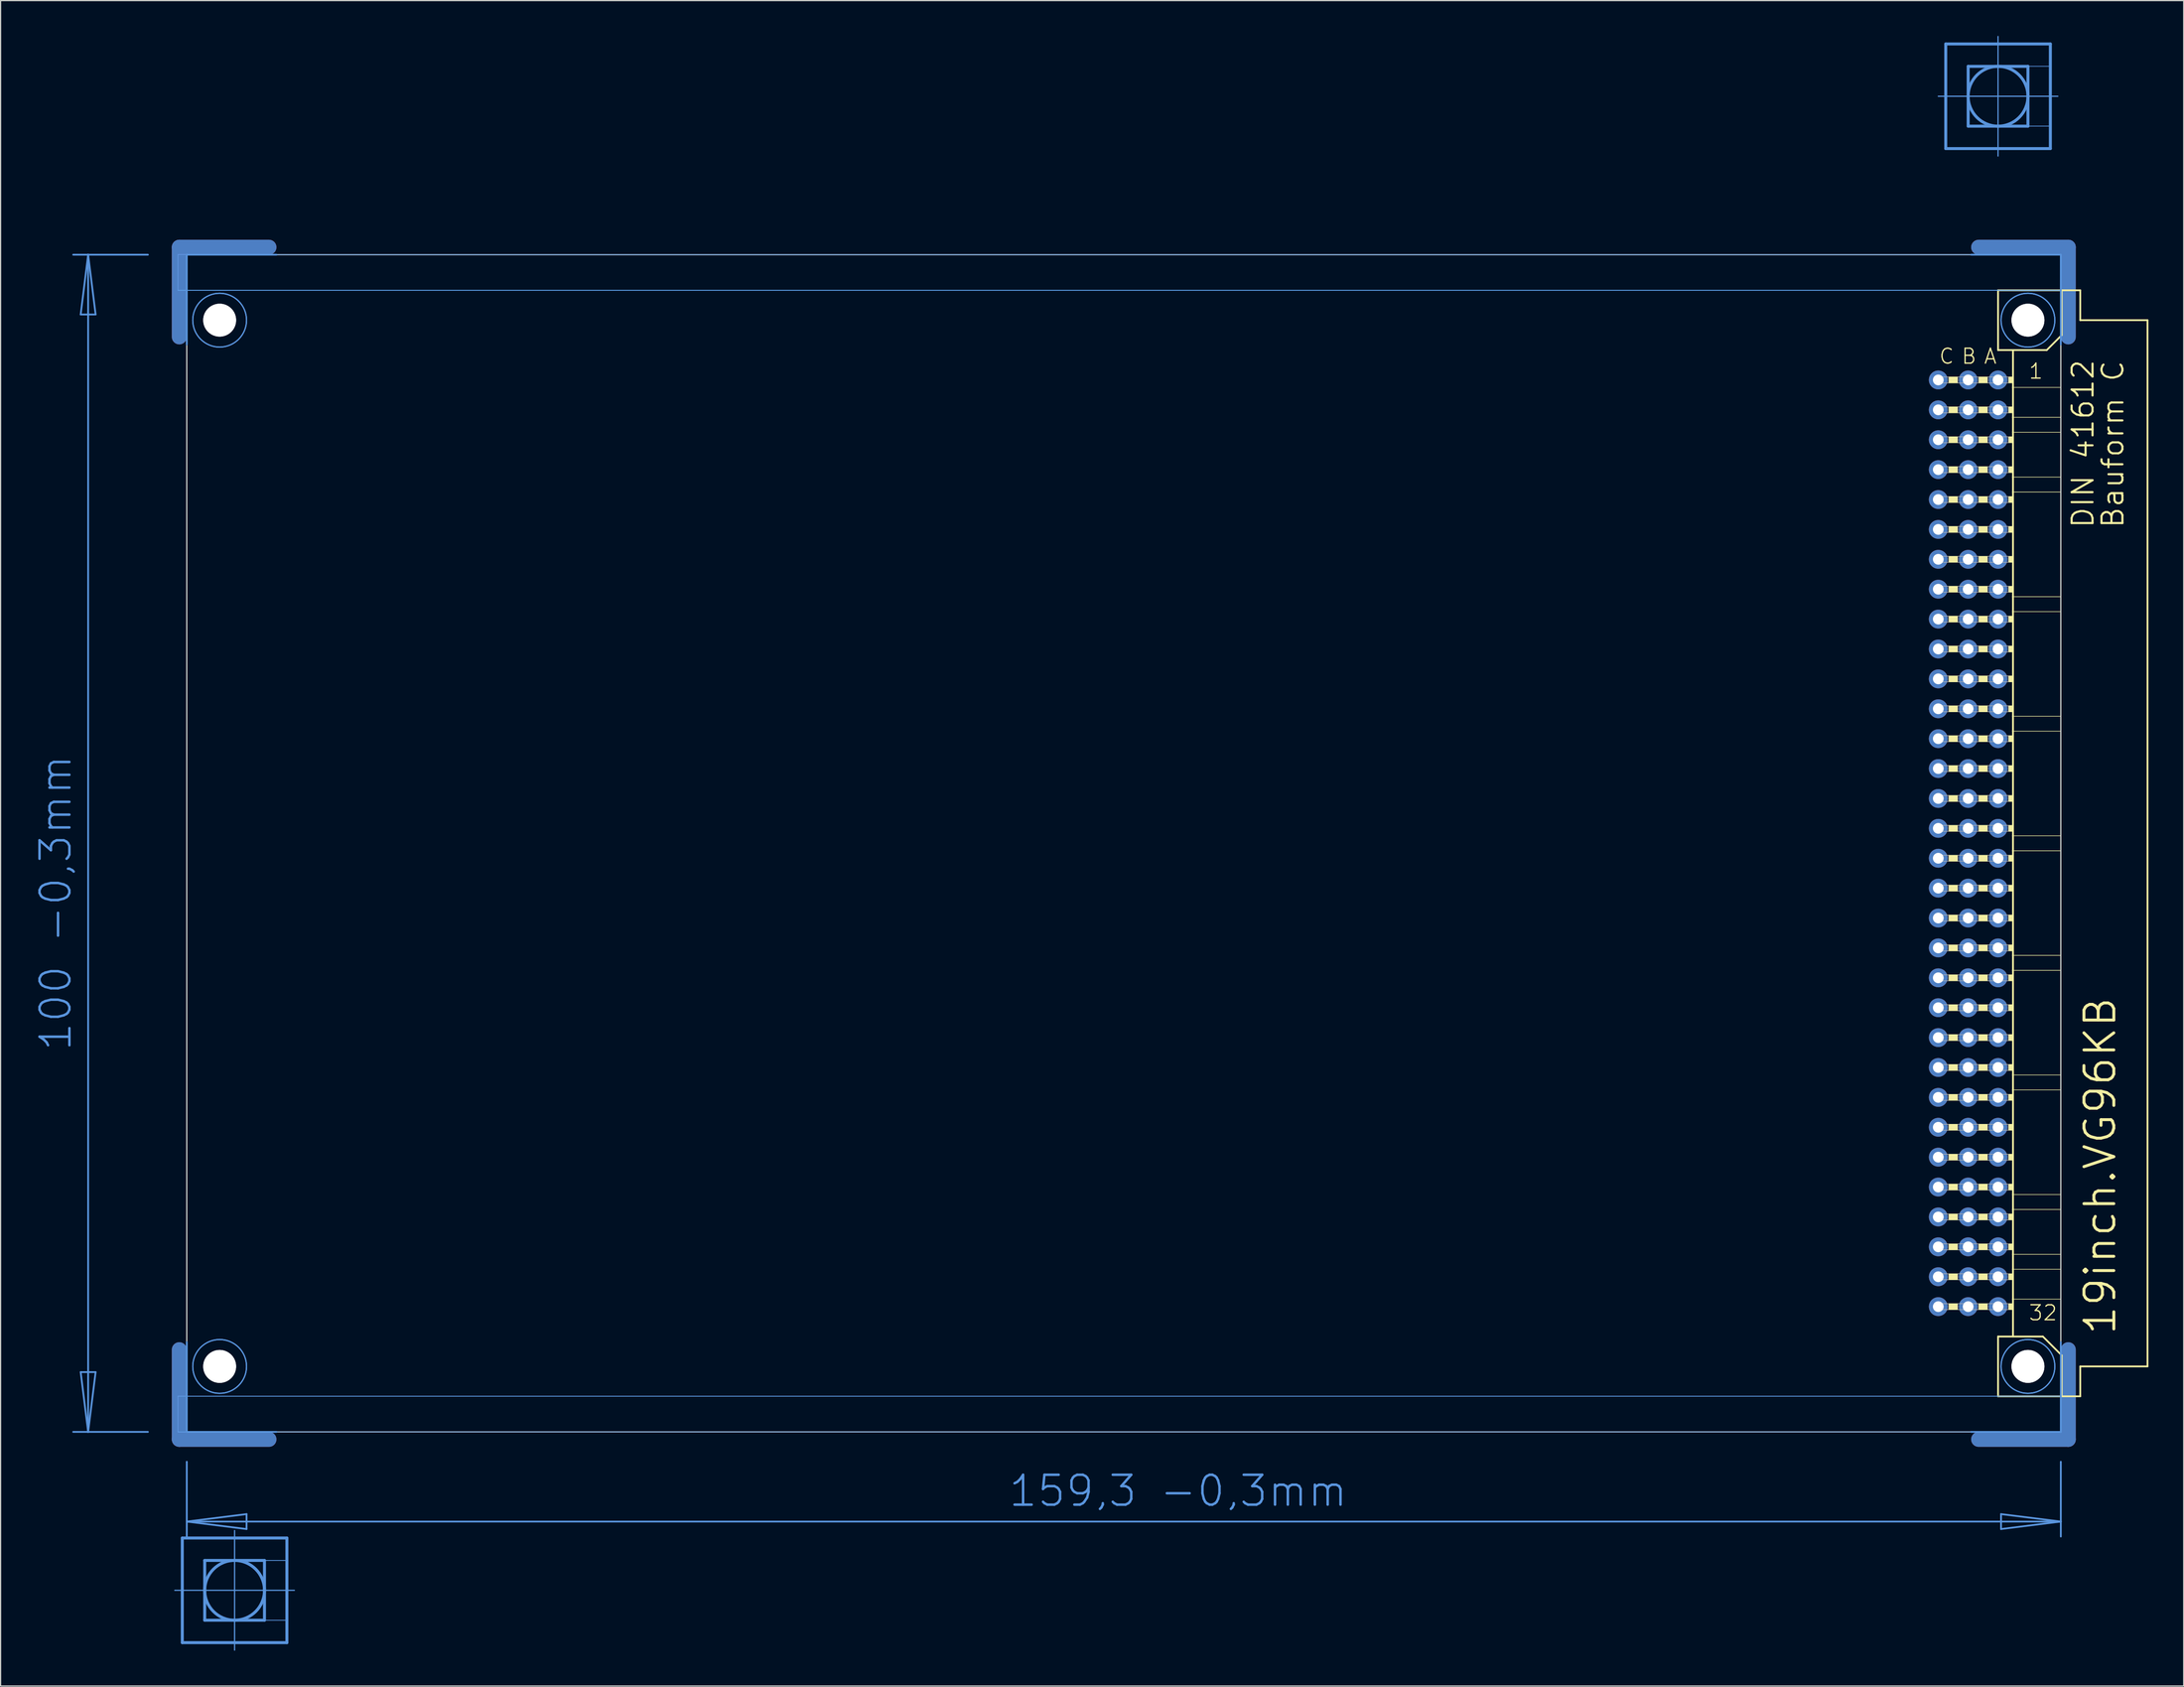
<source format=kicad_pcb>
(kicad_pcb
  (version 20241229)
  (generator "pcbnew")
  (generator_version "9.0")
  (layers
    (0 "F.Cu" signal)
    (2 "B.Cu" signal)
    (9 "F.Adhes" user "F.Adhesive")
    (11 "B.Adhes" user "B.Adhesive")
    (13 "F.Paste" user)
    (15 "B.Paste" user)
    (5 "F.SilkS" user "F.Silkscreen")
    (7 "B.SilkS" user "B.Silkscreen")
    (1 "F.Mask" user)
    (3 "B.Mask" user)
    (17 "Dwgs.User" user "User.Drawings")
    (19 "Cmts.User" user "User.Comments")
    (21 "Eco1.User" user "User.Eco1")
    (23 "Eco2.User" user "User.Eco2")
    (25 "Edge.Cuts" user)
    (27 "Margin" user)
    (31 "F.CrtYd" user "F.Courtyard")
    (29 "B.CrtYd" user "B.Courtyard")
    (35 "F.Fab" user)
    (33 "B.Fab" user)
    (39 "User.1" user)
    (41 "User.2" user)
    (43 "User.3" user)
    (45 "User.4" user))
  (footprint "19inch.VG96KB"
    (layer "F.Cu")
    (at 11.806 68.605)
    (property "Reference" "19inch.VG96KB" (at 165.1 41.91 90) (layer "F.SilkS") (effects (font (size 2.54 2.54) (thickness 0.25)) (justify left bottom)))
    (attr through_hole)
    (fp_line (start 0.381 -43.028) (end 0.381 -50.648) (stroke (width 1.27) (type default)) (layer "F.Cu"))
    (fp_line (start 0.381 43.028) (end 0.381 50.648) (stroke (width 1.27) (type default)) (layer "F.Cu"))
    (fp_line (start 8.001 -50.648) (end 0.381 -50.648) (stroke (width 1.27) (type default)) (layer "F.Cu"))
    (fp_line (start 8.001 50.648) (end 0.381 50.648) (stroke (width 1.27) (type default)) (layer "F.Cu"))
    (fp_line (start 153.289 -50.648) (end 160.909 -50.648) (stroke (width 1.27) (type default)) (layer "F.Cu"))
    (fp_line (start 153.289 50.648) (end 160.909 50.648) (stroke (width 1.27) (type default)) (layer "F.Cu"))
    (fp_line (start 160.909 -43.028) (end 160.909 -50.648) (stroke (width 1.27) (type default)) (layer "F.Cu"))
    (fp_line (start 160.909 43.028) (end 160.909 50.648) (stroke (width 1.27) (type default)) (layer "F.Cu"))
    (fp_line (start 1.016 -42.393) (end 1.016 -50.013) (stroke (width 0.152) (type default)) (layer "F.Mask"))
    (fp_line (start 1.016 42.393) (end 1.016 50.013) (stroke (width 0.152) (type default)) (layer "F.Mask"))
    (fp_line (start 8.636 -50.013) (end 1.016 -50.013) (stroke (width 0.152) (type default)) (layer "F.Mask"))
    (fp_line (start 8.636 50.013) (end 1.016 50.013) (stroke (width 0.152) (type default)) (layer "F.Mask"))
    (fp_line (start 152.654 -50.013) (end 160.274 -50.013) (stroke (width 0.152) (type default)) (layer "F.Mask"))
    (fp_line (start 152.654 50.013) (end 160.274 50.013) (stroke (width 0.152) (type default)) (layer "F.Mask"))
    (fp_line (start 160.274 -42.393) (end 160.274 -50.013) (stroke (width 0.152) (type default)) (layer "F.Mask"))
    (fp_line (start 160.274 42.393) (end 160.274 50.013) (stroke (width 0.152) (type default)) (layer "F.Mask"))
    (fp_line (start 0.381 -43.028) (end 0.381 -50.648) (stroke (width 1.27) (type default)) (layer "B.Cu"))
    (fp_line (start 0.381 43.028) (end 0.381 50.648) (stroke (width 1.27) (type default)) (layer "B.Cu"))
    (fp_line (start 8.001 -50.648) (end 0.381 -50.648) (stroke (width 1.27) (type default)) (layer "B.Cu"))
    (fp_line (start 8.001 50.648) (end 0.381 50.648) (stroke (width 1.27) (type default)) (layer "B.Cu"))
    (fp_line (start 153.289 -50.648) (end 160.909 -50.648) (stroke (width 1.27) (type default)) (layer "B.Cu"))
    (fp_line (start 153.289 50.648) (end 160.909 50.648) (stroke (width 1.27) (type default)) (layer "B.Cu"))
    (fp_line (start 160.909 -43.028) (end 160.909 -50.648) (stroke (width 1.27) (type default)) (layer "B.Cu"))
    (fp_line (start 160.909 43.028) (end 160.909 50.648) (stroke (width 1.27) (type default)) (layer "B.Cu"))
    (fp_line (start 1.016 -50.013) (end 8.636 -50.013) (stroke (width 0.152) (type default)) (layer "B.Mask"))
    (fp_line (start 1.016 -42.393) (end 1.016 -50.013) (stroke (width 0.152) (type default)) (layer "B.Mask"))
    (fp_line (start 1.016 50.013) (end 1.016 42.393) (stroke (width 0.152) (type default)) (layer "B.Mask"))
    (fp_line (start 8.636 50.013) (end 1.016 50.013) (stroke (width 0.152) (type default)) (layer "B.Mask"))
    (fp_line (start 152.654 -50.013) (end 160.274 -50.013) (stroke (width 0.152) (type default)) (layer "B.Mask"))
    (fp_line (start 160.274 -50.013) (end 160.274 -42.393) (stroke (width 0.152) (type default)) (layer "B.Mask"))
    (fp_line (start 160.274 42.393) (end 160.274 50.013) (stroke (width 0.152) (type default)) (layer "B.Mask"))
    (fp_line (start 160.274 50.013) (end 152.654 50.013) (stroke (width 0.152) (type default)) (layer "B.Mask"))
    (fp_line (start 154.94 -46.99) (end 154.94 -41.91) (stroke (width 0.152) (type default)) (layer "F.SilkS"))
    (fp_line (start 154.94 -41.91) (end 156.21 -41.91) (stroke (width 0.152) (type default)) (layer "F.SilkS"))
    (fp_line (start 154.94 41.91) (end 154.94 46.99) (stroke (width 0.152) (type default)) (layer "F.SilkS"))
    (fp_line (start 154.94 41.91) (end 156.21 41.91) (stroke (width 0.152) (type default)) (layer "F.SilkS"))
    (fp_line (start 154.94 46.99) (end 160.35 46.99) (stroke (width 0.152) (type default)) (layer "F.SilkS"))
    (fp_line (start 156.21 -41.91) (end 156.21 -38.735) (stroke (width 0.152) (type default)) (layer "F.SilkS"))
    (fp_line (start 156.21 -41.91) (end 159.08 -41.91) (stroke (width 0.152) (type default)) (layer "F.SilkS"))
    (fp_line (start 156.21 -38.735) (end 156.21 -36.195) (stroke (width 0.152) (type default)) (layer "F.SilkS"))
    (fp_line (start 156.21 -36.195) (end 156.21 -34.925) (stroke (width 0.152) (type default)) (layer "F.SilkS"))
    (fp_line (start 156.21 -34.925) (end 156.21 -31.115) (stroke (width 0.152) (type default)) (layer "F.SilkS"))
    (fp_line (start 156.21 -31.115) (end 156.21 -29.845) (stroke (width 0.152) (type default)) (layer "F.SilkS"))
    (fp_line (start 156.21 -29.845) (end 156.21 -20.955) (stroke (width 0.152) (type default)) (layer "F.SilkS"))
    (fp_line (start 156.21 -20.955) (end 156.21 -19.685) (stroke (width 0.152) (type default)) (layer "F.SilkS"))
    (fp_line (start 156.21 -19.685) (end 156.21 -10.795) (stroke (width 0.152) (type default)) (layer "F.SilkS"))
    (fp_line (start 156.21 -10.795) (end 156.21 -9.525) (stroke (width 0.152) (type default)) (layer "F.SilkS"))
    (fp_line (start 156.21 -9.525) (end 156.21 -0.635) (stroke (width 0.152) (type default)) (layer "F.SilkS"))
    (fp_line (start 156.21 -0.635) (end 156.21 0.635) (stroke (width 0.152) (type default)) (layer "F.SilkS"))
    (fp_line (start 156.21 0.635) (end 156.21 9.525) (stroke (width 0.152) (type default)) (layer "F.SilkS"))
    (fp_line (start 156.21 9.525) (end 156.21 10.795) (stroke (width 0.152) (type default)) (layer "F.SilkS"))
    (fp_line (start 156.21 10.795) (end 156.21 19.685) (stroke (width 0.152) (type default)) (layer "F.SilkS"))
    (fp_line (start 156.21 19.685) (end 156.21 20.955) (stroke (width 0.152) (type default)) (layer "F.SilkS"))
    (fp_line (start 156.21 20.955) (end 156.21 29.845) (stroke (width 0.152) (type default)) (layer "F.SilkS"))
    (fp_line (start 156.21 29.845) (end 156.21 31.115) (stroke (width 0.152) (type default)) (layer "F.SilkS"))
    (fp_line (start 156.21 31.115) (end 156.21 34.925) (stroke (width 0.152) (type default)) (layer "F.SilkS"))
    (fp_line (start 156.21 34.925) (end 156.21 36.195) (stroke (width 0.152) (type default)) (layer "F.SilkS"))
    (fp_line (start 156.21 36.195) (end 156.21 38.735) (stroke (width 0.152) (type default)) (layer "F.SilkS"))
    (fp_line (start 156.21 38.735) (end 156.21 41.91) (stroke (width 0.152) (type default)) (layer "F.SilkS"))
    (fp_line (start 156.21 41.91) (end 158.75 41.91) (stroke (width 0.152) (type default)) (layer "F.SilkS"))
    (fp_line (start 159.08 -41.91) (end 160.35 -43.18) (stroke (width 0.152) (type default)) (layer "F.SilkS"))
    (fp_line (start 160.274 -38.735) (end 156.21 -38.735) (stroke (width 0.051) (type default)) (layer "F.SilkS"))
    (fp_line (start 160.274 -38.735) (end 160.274 -36.195) (stroke (width 0.051) (type default)) (layer "F.SilkS"))
    (fp_line (start 160.274 -36.195) (end 156.21 -36.195) (stroke (width 0.051) (type default)) (layer "F.SilkS"))
    (fp_line (start 160.274 -34.925) (end 156.21 -34.925) (stroke (width 0.051) (type default)) (layer "F.SilkS"))
    (fp_line (start 160.274 -34.925) (end 160.274 -31.115) (stroke (width 0.051) (type default)) (layer "F.SilkS"))
    (fp_line (start 160.274 -31.115) (end 156.21 -31.115) (stroke (width 0.051) (type default)) (layer "F.SilkS"))
    (fp_line (start 160.274 -29.845) (end 156.21 -29.845) (stroke (width 0.051) (type default)) (layer "F.SilkS"))
    (fp_line (start 160.274 -29.845) (end 160.274 -20.955) (stroke (width 0.051) (type default)) (layer "F.SilkS"))
    (fp_line (start 160.274 -20.955) (end 156.21 -20.955) (stroke (width 0.051) (type default)) (layer "F.SilkS"))
    (fp_line (start 160.274 -19.685) (end 156.21 -19.685) (stroke (width 0.051) (type default)) (layer "F.SilkS"))
    (fp_line (start 160.274 -19.685) (end 160.274 -10.795) (stroke (width 0.051) (type default)) (layer "F.SilkS"))
    (fp_line (start 160.274 -10.795) (end 156.21 -10.795) (stroke (width 0.051) (type default)) (layer "F.SilkS"))
    (fp_line (start 160.274 -9.525) (end 156.21 -9.525) (stroke (width 0.051) (type default)) (layer "F.SilkS"))
    (fp_line (start 160.274 -9.525) (end 160.274 -0.635) (stroke (width 0.051) (type default)) (layer "F.SilkS"))
    (fp_line (start 160.274 -0.635) (end 156.21 -0.635) (stroke (width 0.051) (type default)) (layer "F.SilkS"))
    (fp_line (start 160.274 0.635) (end 156.21 0.635) (stroke (width 0.051) (type default)) (layer "F.SilkS"))
    (fp_line (start 160.274 0.635) (end 160.274 9.525) (stroke (width 0.051) (type default)) (layer "F.SilkS"))
    (fp_line (start 160.274 9.525) (end 156.21 9.525) (stroke (width 0.051) (type default)) (layer "F.SilkS"))
    (fp_line (start 160.274 10.795) (end 156.21 10.795) (stroke (width 0.051) (type default)) (layer "F.SilkS"))
    (fp_line (start 160.274 10.795) (end 160.274 19.685) (stroke (width 0.051) (type default)) (layer "F.SilkS"))
    (fp_line (start 160.274 19.685) (end 156.21 19.685) (stroke (width 0.051) (type default)) (layer "F.SilkS"))
    (fp_line (start 160.274 20.955) (end 156.21 20.955) (stroke (width 0.051) (type default)) (layer "F.SilkS"))
    (fp_line (start 160.274 20.955) (end 160.274 29.845) (stroke (width 0.051) (type default)) (layer "F.SilkS"))
    (fp_line (start 160.274 29.845) (end 156.21 29.845) (stroke (width 0.051) (type default)) (layer "F.SilkS"))
    (fp_line (start 160.274 31.115) (end 156.21 31.115) (stroke (width 0.051) (type default)) (layer "F.SilkS"))
    (fp_line (start 160.274 31.115) (end 160.274 34.925) (stroke (width 0.051) (type default)) (layer "F.SilkS"))
    (fp_line (start 160.274 34.925) (end 156.21 34.925) (stroke (width 0.051) (type default)) (layer "F.SilkS"))
    (fp_line (start 160.274 36.195) (end 156.21 36.195) (stroke (width 0.051) (type default)) (layer "F.SilkS"))
    (fp_line (start 160.274 36.195) (end 160.274 38.735) (stroke (width 0.051) (type default)) (layer "F.SilkS"))
    (fp_line (start 160.274 38.735) (end 156.21 38.735) (stroke (width 0.051) (type default)) (layer "F.SilkS"))
    (fp_line (start 160.35 -46.99) (end 154.94 -46.99) (stroke (width 0.152) (type default)) (layer "F.SilkS"))
    (fp_line (start 160.35 -43.18) (end 160.35 -46.99) (stroke (width 0.152) (type default)) (layer "F.SilkS"))
    (fp_line (start 160.35 43.51) (end 158.75 41.91) (stroke (width 0.152) (type default)) (layer "F.SilkS"))
    (fp_line (start 160.35 43.51) (end 160.35 46.99) (stroke (width 0.152) (type default)) (layer "F.SilkS"))
    (fp_line (start 160.35 46.99) (end 161.925 46.99) (stroke (width 0.152) (type default)) (layer "F.SilkS"))
    (fp_line (start 161.925 -46.99) (end 160.35 -46.99) (stroke (width 0.152) (type default)) (layer "F.SilkS"))
    (fp_line (start 161.925 -44.45) (end 161.925 -46.99) (stroke (width 0.152) (type default)) (layer "F.SilkS"))
    (fp_line (start 161.925 44.45) (end 167.64 44.45) (stroke (width 0.152) (type default)) (layer "F.SilkS"))
    (fp_line (start 161.925 46.99) (end 161.925 44.45) (stroke (width 0.152) (type default)) (layer "F.SilkS"))
    (fp_line (start 167.64 -44.45) (end 161.925 -44.45) (stroke (width 0.152) (type default)) (layer "F.SilkS"))
    (fp_line (start 167.64 44.45) (end 167.64 -44.45) (stroke (width 0.152) (type default)) (layer "F.SilkS"))
    (fp_rect (start 150.749 -39.116) (end 151.511 -39.624) (stroke (width 0.05) (type default)) (fill yes) (layer "F.SilkS"))
    (fp_rect (start 150.749 -36.576) (end 151.511 -37.084) (stroke (width 0.05) (type default)) (fill yes) (layer "F.SilkS"))
    (fp_rect (start 150.749 -34.036) (end 151.511 -34.544) (stroke (width 0.05) (type default)) (fill yes) (layer "F.SilkS"))
    (fp_rect (start 150.749 -31.496) (end 151.511 -32.004) (stroke (width 0.05) (type default)) (fill yes) (layer "F.SilkS"))
    (fp_rect (start 150.749 -28.956) (end 151.511 -29.464) (stroke (width 0.05) (type default)) (fill yes) (layer "F.SilkS"))
    (fp_rect (start 150.749 -26.416) (end 151.511 -26.924) (stroke (width 0.05) (type default)) (fill yes) (layer "F.SilkS"))
    (fp_rect (start 150.749 -23.876) (end 151.511 -24.384) (stroke (width 0.05) (type default)) (fill yes) (layer "F.SilkS"))
    (fp_rect (start 150.749 -21.336) (end 151.511 -21.844) (stroke (width 0.05) (type default)) (fill yes) (layer "F.SilkS"))
    (fp_rect (start 150.749 -18.796) (end 151.511 -19.304) (stroke (width 0.05) (type default)) (fill yes) (layer "F.SilkS"))
    (fp_rect (start 150.749 -16.256) (end 151.511 -16.764) (stroke (width 0.05) (type default)) (fill yes) (layer "F.SilkS"))
    (fp_rect (start 150.749 -13.716) (end 151.511 -14.224) (stroke (width 0.05) (type default)) (fill yes) (layer "F.SilkS"))
    (fp_rect (start 150.749 -11.176) (end 151.511 -11.684) (stroke (width 0.05) (type default)) (fill yes) (layer "F.SilkS"))
    (fp_rect (start 150.749 -8.636) (end 151.511 -9.144) (stroke (width 0.05) (type default)) (fill yes) (layer "F.SilkS"))
    (fp_rect (start 150.749 -6.096) (end 151.511 -6.604) (stroke (width 0.05) (type default)) (fill yes) (layer "F.SilkS"))
    (fp_rect (start 150.749 -3.556) (end 151.511 -4.064) (stroke (width 0.05) (type default)) (fill yes) (layer "F.SilkS"))
    (fp_rect (start 150.749 -1.016) (end 151.511 -1.524) (stroke (width 0.05) (type default)) (fill yes) (layer "F.SilkS"))
    (fp_rect (start 150.749 1.524) (end 151.511 1.016) (stroke (width 0.05) (type default)) (fill yes) (layer "F.SilkS"))
    (fp_rect (start 150.749 4.064) (end 151.511 3.556) (stroke (width 0.05) (type default)) (fill yes) (layer "F.SilkS"))
    (fp_rect (start 150.749 6.604) (end 151.511 6.096) (stroke (width 0.05) (type default)) (fill yes) (layer "F.SilkS"))
    (fp_rect (start 150.749 9.144) (end 151.511 8.636) (stroke (width 0.05) (type default)) (fill yes) (layer "F.SilkS"))
    (fp_rect (start 150.749 11.684) (end 151.511 11.176) (stroke (width 0.05) (type default)) (fill yes) (layer "F.SilkS"))
    (fp_rect (start 150.749 14.224) (end 151.511 13.716) (stroke (width 0.05) (type default)) (fill yes) (layer "F.SilkS"))
    (fp_rect (start 150.749 16.764) (end 151.511 16.256) (stroke (width 0.05) (type default)) (fill yes) (layer "F.SilkS"))
    (fp_rect (start 150.749 19.304) (end 151.511 18.796) (stroke (width 0.05) (type default)) (fill yes) (layer "F.SilkS"))
    (fp_rect (start 150.749 21.844) (end 151.511 21.336) (stroke (width 0.05) (type default)) (fill yes) (layer "F.SilkS"))
    (fp_rect (start 150.749 24.384) (end 151.511 23.876) (stroke (width 0.05) (type default)) (fill yes) (layer "F.SilkS"))
    (fp_rect (start 150.749 26.924) (end 151.511 26.416) (stroke (width 0.05) (type default)) (fill yes) (layer "F.SilkS"))
    (fp_rect (start 150.749 29.464) (end 151.511 28.956) (stroke (width 0.05) (type default)) (fill yes) (layer "F.SilkS"))
    (fp_rect (start 150.749 32.004) (end 151.511 31.496) (stroke (width 0.05) (type default)) (fill yes) (layer "F.SilkS"))
    (fp_rect (start 150.749 34.544) (end 151.511 34.036) (stroke (width 0.05) (type default)) (fill yes) (layer "F.SilkS"))
    (fp_rect (start 150.749 37.084) (end 151.511 36.576) (stroke (width 0.05) (type default)) (fill yes) (layer "F.SilkS"))
    (fp_rect (start 150.749 39.624) (end 151.511 39.116) (stroke (width 0.05) (type default)) (fill yes) (layer "F.SilkS"))
    (fp_rect (start 153.289 -39.116) (end 154.051 -39.624) (stroke (width 0.05) (type default)) (fill yes) (layer "F.SilkS"))
    (fp_rect (start 153.289 -36.576) (end 154.051 -37.084) (stroke (width 0.05) (type default)) (fill yes) (layer "F.SilkS"))
    (fp_rect (start 153.289 -34.036) (end 154.051 -34.544) (stroke (width 0.05) (type default)) (fill yes) (layer "F.SilkS"))
    (fp_rect (start 153.289 -31.496) (end 154.051 -32.004) (stroke (width 0.05) (type default)) (fill yes) (layer "F.SilkS"))
    (fp_rect (start 153.289 -28.956) (end 154.051 -29.464) (stroke (width 0.05) (type default)) (fill yes) (layer "F.SilkS"))
    (fp_rect (start 153.289 -26.416) (end 154.051 -26.924) (stroke (width 0.05) (type default)) (fill yes) (layer "F.SilkS"))
    (fp_rect (start 153.289 -23.876) (end 154.051 -24.384) (stroke (width 0.05) (type default)) (fill yes) (layer "F.SilkS"))
    (fp_rect (start 153.289 -21.336) (end 154.051 -21.844) (stroke (width 0.05) (type default)) (fill yes) (layer "F.SilkS"))
    (fp_rect (start 153.289 -18.796) (end 154.051 -19.304) (stroke (width 0.05) (type default)) (fill yes) (layer "F.SilkS"))
    (fp_rect (start 153.289 -16.256) (end 154.051 -16.764) (stroke (width 0.05) (type default)) (fill yes) (layer "F.SilkS"))
    (fp_rect (start 153.289 -13.716) (end 154.051 -14.224) (stroke (width 0.05) (type default)) (fill yes) (layer "F.SilkS"))
    (fp_rect (start 153.289 -11.176) (end 154.051 -11.684) (stroke (width 0.05) (type default)) (fill yes) (layer "F.SilkS"))
    (fp_rect (start 153.289 -8.636) (end 154.051 -9.144) (stroke (width 0.05) (type default)) (fill yes) (layer "F.SilkS"))
    (fp_rect (start 153.289 -6.096) (end 154.051 -6.604) (stroke (width 0.05) (type default)) (fill yes) (layer "F.SilkS"))
    (fp_rect (start 153.289 -3.556) (end 154.051 -4.064) (stroke (width 0.05) (type default)) (fill yes) (layer "F.SilkS"))
    (fp_rect (start 153.289 -1.016) (end 154.051 -1.524) (stroke (width 0.05) (type default)) (fill yes) (layer "F.SilkS"))
    (fp_rect (start 153.289 1.524) (end 154.051 1.016) (stroke (width 0.05) (type default)) (fill yes) (layer "F.SilkS"))
    (fp_rect (start 153.289 4.064) (end 154.051 3.556) (stroke (width 0.05) (type default)) (fill yes) (layer "F.SilkS"))
    (fp_rect (start 153.289 6.604) (end 154.051 6.096) (stroke (width 0.05) (type default)) (fill yes) (layer "F.SilkS"))
    (fp_rect (start 153.289 9.144) (end 154.051 8.636) (stroke (width 0.05) (type default)) (fill yes) (layer "F.SilkS"))
    (fp_rect (start 153.289 11.684) (end 154.051 11.176) (stroke (width 0.05) (type default)) (fill yes) (layer "F.SilkS"))
    (fp_rect (start 153.289 14.224) (end 154.051 13.716) (stroke (width 0.05) (type default)) (fill yes) (layer "F.SilkS"))
    (fp_rect (start 153.289 16.764) (end 154.051 16.256) (stroke (width 0.05) (type default)) (fill yes) (layer "F.SilkS"))
    (fp_rect (start 153.289 19.304) (end 154.051 18.796) (stroke (width 0.05) (type default)) (fill yes) (layer "F.SilkS"))
    (fp_rect (start 153.289 21.844) (end 154.051 21.336) (stroke (width 0.05) (type default)) (fill yes) (layer "F.SilkS"))
    (fp_rect (start 153.289 24.384) (end 154.051 23.876) (stroke (width 0.05) (type default)) (fill yes) (layer "F.SilkS"))
    (fp_rect (start 153.289 26.924) (end 154.051 26.416) (stroke (width 0.05) (type default)) (fill yes) (layer "F.SilkS"))
    (fp_rect (start 153.289 29.464) (end 154.051 28.956) (stroke (width 0.05) (type default)) (fill yes) (layer "F.SilkS"))
    (fp_rect (start 153.289 32.004) (end 154.051 31.496) (stroke (width 0.05) (type default)) (fill yes) (layer "F.SilkS"))
    (fp_rect (start 153.289 34.544) (end 154.051 34.036) (stroke (width 0.05) (type default)) (fill yes) (layer "F.SilkS"))
    (fp_rect (start 153.289 37.084) (end 154.051 36.576) (stroke (width 0.05) (type default)) (fill yes) (layer "F.SilkS"))
    (fp_rect (start 153.289 39.624) (end 154.051 39.116) (stroke (width 0.05) (type default)) (fill yes) (layer "F.SilkS"))
    (fp_rect (start 155.829 -39.116) (end 156.21 -39.624) (stroke (width 0.05) (type default)) (fill yes) (layer "F.SilkS"))
    (fp_rect (start 155.829 -36.576) (end 156.21 -37.084) (stroke (width 0.05) (type default)) (fill yes) (layer "F.SilkS"))
    (fp_rect (start 155.829 -34.036) (end 156.21 -34.544) (stroke (width 0.05) (type default)) (fill yes) (layer "F.SilkS"))
    (fp_rect (start 155.829 -31.496) (end 156.21 -32.004) (stroke (width 0.05) (type default)) (fill yes) (layer "F.SilkS"))
    (fp_rect (start 155.829 -28.956) (end 156.21 -29.464) (stroke (width 0.05) (type default)) (fill yes) (layer "F.SilkS"))
    (fp_rect (start 155.829 -26.416) (end 156.21 -26.924) (stroke (width 0.05) (type default)) (fill yes) (layer "F.SilkS"))
    (fp_rect (start 155.829 -23.876) (end 156.21 -24.384) (stroke (width 0.05) (type default)) (fill yes) (layer "F.SilkS"))
    (fp_rect (start 155.829 -21.336) (end 156.21 -21.844) (stroke (width 0.05) (type default)) (fill yes) (layer "F.SilkS"))
    (fp_rect (start 155.829 -18.796) (end 156.21 -19.304) (stroke (width 0.05) (type default)) (fill yes) (layer "F.SilkS"))
    (fp_rect (start 155.829 -16.256) (end 156.21 -16.764) (stroke (width 0.05) (type default)) (fill yes) (layer "F.SilkS"))
    (fp_rect (start 155.829 -13.716) (end 156.21 -14.224) (stroke (width 0.05) (type default)) (fill yes) (layer "F.SilkS"))
    (fp_rect (start 155.829 -11.176) (end 156.21 -11.684) (stroke (width 0.05) (type default)) (fill yes) (layer "F.SilkS"))
    (fp_rect (start 155.829 -8.636) (end 156.21 -9.144) (stroke (width 0.05) (type default)) (fill yes) (layer "F.SilkS"))
    (fp_rect (start 155.829 -6.096) (end 156.21 -6.604) (stroke (width 0.05) (type default)) (fill yes) (layer "F.SilkS"))
    (fp_rect (start 155.829 -3.556) (end 156.21 -4.064) (stroke (width 0.05) (type default)) (fill yes) (layer "F.SilkS"))
    (fp_rect (start 155.829 -1.016) (end 156.21 -1.524) (stroke (width 0.05) (type default)) (fill yes) (layer "F.SilkS"))
    (fp_rect (start 155.829 1.524) (end 156.21 1.016) (stroke (width 0.05) (type default)) (fill yes) (layer "F.SilkS"))
    (fp_rect (start 155.829 4.064) (end 156.21 3.556) (stroke (width 0.05) (type default)) (fill yes) (layer "F.SilkS"))
    (fp_rect (start 155.829 6.604) (end 156.21 6.096) (stroke (width 0.05) (type default)) (fill yes) (layer "F.SilkS"))
    (fp_rect (start 155.829 9.144) (end 156.21 8.636) (stroke (width 0.05) (type default)) (fill yes) (layer "F.SilkS"))
    (fp_rect (start 155.829 11.684) (end 156.21 11.176) (stroke (width 0.05) (type default)) (fill yes) (layer "F.SilkS"))
    (fp_rect (start 155.829 14.224) (end 156.21 13.716) (stroke (width 0.05) (type default)) (fill yes) (layer "F.SilkS"))
    (fp_rect (start 155.829 16.764) (end 156.21 16.256) (stroke (width 0.05) (type default)) (fill yes) (layer "F.SilkS"))
    (fp_rect (start 155.829 19.304) (end 156.21 18.796) (stroke (width 0.05) (type default)) (fill yes) (layer "F.SilkS"))
    (fp_rect (start 155.829 21.844) (end 156.21 21.336) (stroke (width 0.05) (type default)) (fill yes) (layer "F.SilkS"))
    (fp_rect (start 155.829 24.384) (end 156.21 23.876) (stroke (width 0.05) (type default)) (fill yes) (layer "F.SilkS"))
    (fp_rect (start 155.829 26.924) (end 156.21 26.416) (stroke (width 0.05) (type default)) (fill yes) (layer "F.SilkS"))
    (fp_rect (start 155.829 29.464) (end 156.21 28.956) (stroke (width 0.05) (type default)) (fill yes) (layer "F.SilkS"))
    (fp_rect (start 155.829 32.004) (end 156.21 31.496) (stroke (width 0.05) (type default)) (fill yes) (layer "F.SilkS"))
    (fp_rect (start 155.829 34.544) (end 156.21 34.036) (stroke (width 0.05) (type default)) (fill yes) (layer "F.SilkS"))
    (fp_rect (start 155.829 37.084) (end 156.21 36.576) (stroke (width 0.05) (type default)) (fill yes) (layer "F.SilkS"))
    (fp_rect (start 155.829 39.624) (end 156.21 39.116) (stroke (width 0.05) (type default)) (fill yes) (layer "F.SilkS"))
    (fp_circle (center 3.81 -44.45) (end 5.08 -44.45) (stroke (width 0.152) (type default)) (fill no) (layer "F.SilkS"))
    (fp_circle (center 3.81 44.45) (end 5.08 44.45) (stroke (width 0.152) (type default)) (fill no) (layer "F.SilkS"))
    (fp_circle (center 157.48 -44.45) (end 158.75 -44.45) (stroke (width 0.152) (type default)) (fill no) (layer "F.SilkS"))
    (fp_circle (center 157.48 44.45) (end 158.75 44.45) (stroke (width 0.152) (type default)) (fill no) (layer "F.SilkS"))
    (fp_line (start -8.636 -50.013) (end -7.366 -50.013) (stroke (width 0.152) (type default)) (layer "Cmts.User"))
    (fp_line (start -8.636 50.013) (end -7.366 50.013) (stroke (width 0.152) (type default)) (layer "Cmts.User"))
    (fp_line (start -8.001 -44.933) (end -7.366 -50.013) (stroke (width 0.152) (type default)) (layer "Cmts.User"))
    (fp_line (start -8.001 44.933) (end -6.731 44.933) (stroke (width 0.152) (type default)) (layer "Cmts.User"))
    (fp_line (start -7.366 -50.013) (end -6.731 -44.933) (stroke (width 0.152) (type default)) (layer "Cmts.User"))
    (fp_line (start -7.366 -50.013) (end -2.286 -50.013) (stroke (width 0.152) (type default)) (layer "Cmts.User"))
    (fp_line (start -7.366 50.013) (end -8.001 44.933) (stroke (width 0.152) (type default)) (layer "Cmts.User"))
    (fp_line (start -7.366 50.013) (end -7.366 -50.013) (stroke (width 0.152) (type default)) (layer "Cmts.User"))
    (fp_line (start -7.366 50.013) (end -2.286 50.013) (stroke (width 0.152) (type default)) (layer "Cmts.User"))
    (fp_line (start -6.731 -44.933) (end -8.001 -44.933) (stroke (width 0.152) (type default)) (layer "Cmts.User"))
    (fp_line (start -6.731 44.933) (end -7.366 50.013) (stroke (width 0.152) (type default)) (layer "Cmts.User"))
    (fp_line (start 0 63.475) (end 0.635 63.475) (stroke (width 0.102) (type default)) (layer "Cmts.User"))
    (fp_line (start 0.635 59.03) (end 9.525 59.03) (stroke (width 0.254) (type default)) (layer "Cmts.User"))
    (fp_line (start 0.635 63.475) (end 0.635 59.03) (stroke (width 0.254) (type default)) (layer "Cmts.User"))
    (fp_line (start 0.635 63.475) (end 10.16 63.475) (stroke (width 0.102) (type default)) (layer "Cmts.User"))
    (fp_line (start 0.635 67.92) (end 0.635 63.475) (stroke (width 0.254) (type default)) (layer "Cmts.User"))
    (fp_line (start 1.016 -50.013) (end 8.636 -50.013) (stroke (width 0.152) (type default)) (layer "Cmts.User"))
    (fp_line (start 1.016 -42.393) (end 1.016 -50.013) (stroke (width 0.152) (type default)) (layer "Cmts.User"))
    (fp_line (start 1.016 50.013) (end 1.016 42.393) (stroke (width 0.152) (type default)) (layer "Cmts.User"))
    (fp_line (start 1.016 57.633) (end 1.016 52.553) (stroke (width 0.152) (type default)) (layer "Cmts.User"))
    (fp_line (start 1.016 57.633) (end 6.096 56.998) (stroke (width 0.152) (type default)) (layer "Cmts.User"))
    (fp_line (start 1.016 57.633) (end 160.274 57.633) (stroke (width 0.152) (type default)) (layer "Cmts.User"))
    (fp_line (start 1.016 58.903) (end 1.016 57.633) (stroke (width 0.152) (type default)) (layer "Cmts.User"))
    (fp_line (start 2.54 60.935) (end 2.54 66.015) (stroke (width 0.254) (type default)) (layer "Cmts.User"))
    (fp_line (start 2.54 66.015) (end 7.62 66.015) (stroke (width 0.254) (type default)) (layer "Cmts.User"))
    (fp_line (start 5.08 68.555) (end 5.08 58.395) (stroke (width 0.102) (type default)) (layer "Cmts.User"))
    (fp_line (start 6.096 56.998) (end 6.096 58.268) (stroke (width 0.152) (type default)) (layer "Cmts.User"))
    (fp_line (start 6.096 58.268) (end 1.016 57.633) (stroke (width 0.152) (type default)) (layer "Cmts.User"))
    (fp_line (start 7.62 60.935) (end 2.54 60.935) (stroke (width 0.254) (type default)) (layer "Cmts.User"))
    (fp_line (start 7.62 66.015) (end 7.62 60.935) (stroke (width 0.254) (type default)) (layer "Cmts.User"))
    (fp_line (start 8.636 50.013) (end 1.016 50.013) (stroke (width 0.152) (type default)) (layer "Cmts.User"))
    (fp_line (start 9.525 59.03) (end 9.525 67.92) (stroke (width 0.254) (type default)) (layer "Cmts.User"))
    (fp_line (start 9.525 67.92) (end 0.635 67.92) (stroke (width 0.254) (type default)) (layer "Cmts.User"))
    (fp_line (start 149.86 -63.475) (end 150.495 -63.475) (stroke (width 0.102) (type default)) (layer "Cmts.User"))
    (fp_line (start 150.495 -67.92) (end 159.385 -67.92) (stroke (width 0.254) (type default)) (layer "Cmts.User"))
    (fp_line (start 150.495 -63.475) (end 150.495 -67.92) (stroke (width 0.254) (type default)) (layer "Cmts.User"))
    (fp_line (start 150.495 -63.475) (end 160.02 -63.475) (stroke (width 0.102) (type default)) (layer "Cmts.User"))
    (fp_line (start 150.495 -59.03) (end 150.495 -63.475) (stroke (width 0.254) (type default)) (layer "Cmts.User"))
    (fp_line (start 152.4 -66.015) (end 152.4 -60.935) (stroke (width 0.254) (type default)) (layer "Cmts.User"))
    (fp_line (start 152.4 -60.935) (end 157.48 -60.935) (stroke (width 0.254) (type default)) (layer "Cmts.User"))
    (fp_line (start 152.654 -50.013) (end 160.274 -50.013) (stroke (width 0.152) (type default)) (layer "Cmts.User"))
    (fp_line (start 154.94 -58.395) (end 154.94 -68.555) (stroke (width 0.102) (type default)) (layer "Cmts.User"))
    (fp_line (start 155.194 56.998) (end 160.274 57.633) (stroke (width 0.152) (type default)) (layer "Cmts.User"))
    (fp_line (start 155.194 58.268) (end 155.194 56.998) (stroke (width 0.152) (type default)) (layer "Cmts.User"))
    (fp_line (start 157.48 -66.015) (end 152.4 -66.015) (stroke (width 0.254) (type default)) (layer "Cmts.User"))
    (fp_line (start 157.48 -60.935) (end 157.48 -66.015) (stroke (width 0.254) (type default)) (layer "Cmts.User"))
    (fp_line (start 159.385 -67.92) (end 159.385 -59.03) (stroke (width 0.254) (type default)) (layer "Cmts.User"))
    (fp_line (start 159.385 -59.03) (end 150.495 -59.03) (stroke (width 0.254) (type default)) (layer "Cmts.User"))
    (fp_line (start 160.274 -50.013) (end 160.274 -42.393) (stroke (width 0.152) (type default)) (layer "Cmts.User"))
    (fp_line (start 160.274 42.393) (end 160.274 50.013) (stroke (width 0.152) (type default)) (layer "Cmts.User"))
    (fp_line (start 160.274 50.013) (end 152.654 50.013) (stroke (width 0.152) (type default)) (layer "Cmts.User"))
    (fp_line (start 160.274 57.633) (end 155.194 58.268) (stroke (width 0.152) (type default)) (layer "Cmts.User"))
    (fp_line (start 160.274 57.633) (end 160.274 52.553) (stroke (width 0.152) (type default)) (layer "Cmts.User"))
    (fp_line (start 160.274 58.903) (end 160.274 57.633) (stroke (width 0.152) (type default)) (layer "Cmts.User"))
    (fp_rect (start 0.254 -46.99) (end 160.274 -50.013) (stroke (width 0.05) (type default)) (fill no) (layer "Cmts.User"))
    (fp_rect (start 0.254 50.013) (end 160.274 46.99) (stroke (width 0.05) (type default)) (fill no) (layer "Cmts.User"))
    (fp_rect (start 5.08 60.935) (end 9.525 59.03) (stroke (width 0.05) (type default)) (fill no) (layer "Cmts.User"))
    (fp_rect (start 5.08 67.92) (end 9.525 66.015) (stroke (width 0.05) (type default)) (fill no) (layer "Cmts.User"))
    (fp_rect (start 7.62 66.015) (end 9.525 60.935) (stroke (width 0.05) (type default)) (fill no) (layer "Cmts.User"))
    (fp_rect (start 154.94 -66.015) (end 159.385 -67.92) (stroke (width 0.05) (type default)) (fill no) (layer "Cmts.User"))
    (fp_rect (start 154.94 -59.03) (end 159.385 -60.935) (stroke (width 0.05) (type default)) (fill no) (layer "Cmts.User"))
    (fp_rect (start 157.48 -60.935) (end 159.385 -66.015) (stroke (width 0.05) (type default)) (fill no) (layer "Cmts.User"))
    (fp_circle (center 3.81 -44.45) (end 6.096 -44.45) (stroke (width 0.1) (type default)) (fill no) (layer "Cmts.User"))
    (fp_circle (center 3.81 -44.45) (end 6.096 -44.45) (stroke (width 0.1) (type default)) (fill no) (layer "Cmts.User"))
    (fp_circle (center 3.81 44.45) (end 6.096 44.45) (stroke (width 0.1) (type default)) (fill no) (layer "Cmts.User"))
    (fp_circle (center 3.81 44.45) (end 6.096 44.45) (stroke (width 0.1) (type default)) (fill no) (layer "Cmts.User"))
    (fp_circle (center 5.08 63.475) (end 7.62 63.475) (stroke (width 0.254) (type default)) (fill no) (layer "Cmts.User"))
    (fp_circle (center 154.94 -63.475) (end 157.48 -63.475) (stroke (width 0.254) (type default)) (fill no) (layer "Cmts.User"))
    (fp_circle (center 157.48 -44.45) (end 159.766 -44.45) (stroke (width 0.1) (type default)) (fill no) (layer "Cmts.User"))
    (fp_circle (center 157.48 -44.45) (end 159.766 -44.45) (stroke (width 0.1) (type default)) (fill no) (layer "Cmts.User"))
    (fp_circle (center 157.48 44.45) (end 159.766 44.45) (stroke (width 0.1) (type default)) (fill no) (layer "Cmts.User"))
    (fp_circle (center 157.48 44.45) (end 159.766 44.45) (stroke (width 0.1) (type default)) (fill no) (layer "Cmts.User"))
    (fp_line (start 1.016 -50.013) (end 1.016 50.013) (stroke (width 0.1) (type default)) (layer "Edge.Cuts"))
    (fp_line (start 1.016 50.013) (end 160.274 50.013) (stroke (width 0.1) (type default)) (layer "Edge.Cuts"))
    (fp_line (start 160.274 -50.013) (end 1.016 -50.013) (stroke (width 0.1) (type default)) (layer "Edge.Cuts"))
    (fp_line (start 160.274 50.013) (end 160.274 -50.013) (stroke (width 0.1) (type default)) (layer "Edge.Cuts"))
    (fp_line (start 1.016 -46.99) (end 1.016 -50.013) (stroke (width 0.051) (type default)) (layer "B.CrtYd"))
    (fp_line (start 1.016 46.99) (end 1.016 50.013) (stroke (width 0.051) (type default)) (layer "B.CrtYd"))
    (fp_line (start 160.274 -50.013) (end 160.274 -46.99) (stroke (width 0.051) (type default)) (layer "B.CrtYd"))
    (fp_line (start 160.274 50.013) (end 160.274 46.99) (stroke (width 0.051) (type default)) (layer "B.CrtYd"))
    (fp_rect (start 0.254 -46.99) (end 160.274 -50.013) (stroke (width 0.05) (type default)) (fill no) (layer "B.CrtYd"))
    (fp_rect (start 0.254 50.013) (end 160.274 46.99) (stroke (width 0.05) (type default)) (fill no) (layer "B.CrtYd"))
    (fp_line (start 1.016 -46.99) (end 1.016 -50.013) (stroke (width 0.051) (type default)) (layer "F.CrtYd"))
    (fp_line (start 1.016 46.99) (end 1.016 50.013) (stroke (width 0.051) (type default)) (layer "F.CrtYd"))
    (fp_line (start 160.274 -50.013) (end 160.274 -46.99) (stroke (width 0.051) (type default)) (layer "F.CrtYd"))
    (fp_line (start 160.274 50.013) (end 160.274 46.99) (stroke (width 0.051) (type default)) (layer "F.CrtYd"))
    (fp_rect (start 0.254 -46.99) (end 160.274 -50.013) (stroke (width 0.05) (type default)) (fill no) (layer "F.CrtYd"))
    (fp_rect (start 0.254 50.013) (end 160.274 46.99) (stroke (width 0.05) (type default)) (fill no) (layer "F.CrtYd"))
    (fp_rect (start 149.606 -39.116) (end 150.749 -39.624) (stroke (width 0.05) (type default)) (fill no) (layer "F.Fab"))
    (fp_rect (start 149.606 -36.576) (end 150.749 -37.084) (stroke (width 0.05) (type default)) (fill no) (layer "F.Fab"))
    (fp_rect (start 149.606 -34.036) (end 150.749 -34.544) (stroke (width 0.05) (type default)) (fill no) (layer "F.Fab"))
    (fp_rect (start 149.606 -31.496) (end 150.749 -32.004) (stroke (width 0.05) (type default)) (fill no) (layer "F.Fab"))
    (fp_rect (start 149.606 -28.956) (end 150.749 -29.464) (stroke (width 0.05) (type default)) (fill no) (layer "F.Fab"))
    (fp_rect (start 149.606 -26.416) (end 150.749 -26.924) (stroke (width 0.05) (type default)) (fill no) (layer "F.Fab"))
    (fp_rect (start 149.606 -23.876) (end 150.749 -24.384) (stroke (width 0.05) (type default)) (fill no) (layer "F.Fab"))
    (fp_rect (start 149.606 -21.336) (end 150.749 -21.844) (stroke (width 0.05) (type default)) (fill no) (layer "F.Fab"))
    (fp_rect (start 149.606 -18.796) (end 150.749 -19.304) (stroke (width 0.05) (type default)) (fill no) (layer "F.Fab"))
    (fp_rect (start 149.606 -16.256) (end 150.749 -16.764) (stroke (width 0.05) (type default)) (fill no) (layer "F.Fab"))
    (fp_rect (start 149.606 -13.716) (end 150.749 -14.224) (stroke (width 0.05) (type default)) (fill no) (layer "F.Fab"))
    (fp_rect (start 149.606 -11.176) (end 150.749 -11.684) (stroke (width 0.05) (type default)) (fill no) (layer "F.Fab"))
    (fp_rect (start 149.606 -8.636) (end 150.749 -9.144) (stroke (width 0.05) (type default)) (fill no) (layer "F.Fab"))
    (fp_rect (start 149.606 -6.096) (end 150.749 -6.604) (stroke (width 0.05) (type default)) (fill no) (layer "F.Fab"))
    (fp_rect (start 149.606 -3.556) (end 150.749 -4.064) (stroke (width 0.05) (type default)) (fill no) (layer "F.Fab"))
    (fp_rect (start 149.606 -1.016) (end 150.749 -1.524) (stroke (width 0.05) (type default)) (fill no) (layer "F.Fab"))
    (fp_rect (start 149.606 1.524) (end 150.749 1.016) (stroke (width 0.05) (type default)) (fill no) (layer "F.Fab"))
    (fp_rect (start 149.606 4.064) (end 150.749 3.556) (stroke (width 0.05) (type default)) (fill no) (layer "F.Fab"))
    (fp_rect (start 149.606 6.604) (end 150.749 6.096) (stroke (width 0.05) (type default)) (fill no) (layer "F.Fab"))
    (fp_rect (start 149.606 9.144) (end 150.749 8.636) (stroke (width 0.05) (type default)) (fill no) (layer "F.Fab"))
    (fp_rect (start 149.606 11.684) (end 150.749 11.176) (stroke (width 0.05) (type default)) (fill no) (layer "F.Fab"))
    (fp_rect (start 149.606 14.224) (end 150.749 13.716) (stroke (width 0.05) (type default)) (fill no) (layer "F.Fab"))
    (fp_rect (start 149.606 16.764) (end 150.749 16.256) (stroke (width 0.05) (type default)) (fill no) (layer "F.Fab"))
    (fp_rect (start 149.606 19.304) (end 150.749 18.796) (stroke (width 0.05) (type default)) (fill no) (layer "F.Fab"))
    (fp_rect (start 149.606 21.844) (end 150.749 21.336) (stroke (width 0.05) (type default)) (fill no) (layer "F.Fab"))
    (fp_rect (start 149.606 24.384) (end 150.749 23.876) (stroke (width 0.05) (type default)) (fill no) (layer "F.Fab"))
    (fp_rect (start 149.606 26.924) (end 150.749 26.416) (stroke (width 0.05) (type default)) (fill no) (layer "F.Fab"))
    (fp_rect (start 149.606 29.464) (end 150.749 28.956) (stroke (width 0.05) (type default)) (fill no) (layer "F.Fab"))
    (fp_rect (start 149.606 32.004) (end 150.749 31.496) (stroke (width 0.05) (type default)) (fill no) (layer "F.Fab"))
    (fp_rect (start 149.606 34.544) (end 150.749 34.036) (stroke (width 0.05) (type default)) (fill no) (layer "F.Fab"))
    (fp_rect (start 149.606 37.084) (end 150.749 36.576) (stroke (width 0.05) (type default)) (fill no) (layer "F.Fab"))
    (fp_rect (start 149.606 39.624) (end 150.749 39.116) (stroke (width 0.05) (type default)) (fill no) (layer "F.Fab"))
    (fp_rect (start 151.511 -39.116) (end 153.289 -39.624) (stroke (width 0.05) (type default)) (fill no) (layer "F.Fab"))
    (fp_rect (start 151.511 -36.576) (end 153.289 -37.084) (stroke (width 0.05) (type default)) (fill no) (layer "F.Fab"))
    (fp_rect (start 151.511 -34.036) (end 153.289 -34.544) (stroke (width 0.05) (type default)) (fill no) (layer "F.Fab"))
    (fp_rect (start 151.511 -31.496) (end 153.289 -32.004) (stroke (width 0.05) (type default)) (fill no) (layer "F.Fab"))
    (fp_rect (start 151.511 -28.956) (end 153.289 -29.464) (stroke (width 0.05) (type default)) (fill no) (layer "F.Fab"))
    (fp_rect (start 151.511 -26.416) (end 153.289 -26.924) (stroke (width 0.05) (type default)) (fill no) (layer "F.Fab"))
    (fp_rect (start 151.511 -23.876) (end 153.289 -24.384) (stroke (width 0.05) (type default)) (fill no) (layer "F.Fab"))
    (fp_rect (start 151.511 -21.336) (end 153.289 -21.844) (stroke (width 0.05) (type default)) (fill no) (layer "F.Fab"))
    (fp_rect (start 151.511 -18.796) (end 153.289 -19.304) (stroke (width 0.05) (type default)) (fill no) (layer "F.Fab"))
    (fp_rect (start 151.511 -16.256) (end 153.289 -16.764) (stroke (width 0.05) (type default)) (fill no) (layer "F.Fab"))
    (fp_rect (start 151.511 -13.716) (end 153.289 -14.224) (stroke (width 0.05) (type default)) (fill no) (layer "F.Fab"))
    (fp_rect (start 151.511 -11.176) (end 153.289 -11.684) (stroke (width 0.05) (type default)) (fill no) (layer "F.Fab"))
    (fp_rect (start 151.511 -8.636) (end 153.289 -9.144) (stroke (width 0.05) (type default)) (fill no) (layer "F.Fab"))
    (fp_rect (start 151.511 -6.096) (end 153.289 -6.604) (stroke (width 0.05) (type default)) (fill no) (layer "F.Fab"))
    (fp_rect (start 151.511 -3.556) (end 153.289 -4.064) (stroke (width 0.05) (type default)) (fill no) (layer "F.Fab"))
    (fp_rect (start 151.511 -1.016) (end 153.289 -1.524) (stroke (width 0.05) (type default)) (fill no) (layer "F.Fab"))
    (fp_rect (start 151.511 1.524) (end 153.289 1.016) (stroke (width 0.05) (type default)) (fill no) (layer "F.Fab"))
    (fp_rect (start 151.511 4.064) (end 153.289 3.556) (stroke (width 0.05) (type default)) (fill no) (layer "F.Fab"))
    (fp_rect (start 151.511 6.604) (end 153.289 6.096) (stroke (width 0.05) (type default)) (fill no) (layer "F.Fab"))
    (fp_rect (start 151.511 9.144) (end 153.289 8.636) (stroke (width 0.05) (type default)) (fill no) (layer "F.Fab"))
    (fp_rect (start 151.511 11.684) (end 153.289 11.176) (stroke (width 0.05) (type default)) (fill no) (layer "F.Fab"))
    (fp_rect (start 151.511 14.224) (end 153.289 13.716) (stroke (width 0.05) (type default)) (fill no) (layer "F.Fab"))
    (fp_rect (start 151.511 16.764) (end 153.289 16.256) (stroke (width 0.05) (type default)) (fill no) (layer "F.Fab"))
    (fp_rect (start 151.511 19.304) (end 153.289 18.796) (stroke (width 0.05) (type default)) (fill no) (layer "F.Fab"))
    (fp_rect (start 151.511 21.844) (end 153.289 21.336) (stroke (width 0.05) (type default)) (fill no) (layer "F.Fab"))
    (fp_rect (start 151.511 24.384) (end 153.289 23.876) (stroke (width 0.05) (type default)) (fill no) (layer "F.Fab"))
    (fp_rect (start 151.511 26.924) (end 153.289 26.416) (stroke (width 0.05) (type default)) (fill no) (layer "F.Fab"))
    (fp_rect (start 151.511 29.464) (end 153.289 28.956) (stroke (width 0.05) (type default)) (fill no) (layer "F.Fab"))
    (fp_rect (start 151.511 32.004) (end 153.289 31.496) (stroke (width 0.05) (type default)) (fill no) (layer "F.Fab"))
    (fp_rect (start 151.511 34.544) (end 153.289 34.036) (stroke (width 0.05) (type default)) (fill no) (layer "F.Fab"))
    (fp_rect (start 151.511 37.084) (end 153.289 36.576) (stroke (width 0.05) (type default)) (fill no) (layer "F.Fab"))
    (fp_rect (start 151.511 39.624) (end 153.289 39.116) (stroke (width 0.05) (type default)) (fill no) (layer "F.Fab"))
    (fp_rect (start 154.051 -39.116) (end 155.829 -39.624) (stroke (width 0.05) (type default)) (fill no) (layer "F.Fab"))
    (fp_rect (start 154.051 -36.576) (end 155.829 -37.084) (stroke (width 0.05) (type default)) (fill no) (layer "F.Fab"))
    (fp_rect (start 154.051 -34.036) (end 155.829 -34.544) (stroke (width 0.05) (type default)) (fill no) (layer "F.Fab"))
    (fp_rect (start 154.051 -31.496) (end 155.829 -32.004) (stroke (width 0.05) (type default)) (fill no) (layer "F.Fab"))
    (fp_rect (start 154.051 -28.956) (end 155.829 -29.464) (stroke (width 0.05) (type default)) (fill no) (layer "F.Fab"))
    (fp_rect (start 154.051 -26.416) (end 155.829 -26.924) (stroke (width 0.05) (type default)) (fill no) (layer "F.Fab"))
    (fp_rect (start 154.051 -23.876) (end 155.829 -24.384) (stroke (width 0.05) (type default)) (fill no) (layer "F.Fab"))
    (fp_rect (start 154.051 -21.336) (end 155.829 -21.844) (stroke (width 0.05) (type default)) (fill no) (layer "F.Fab"))
    (fp_rect (start 154.051 -18.796) (end 155.829 -19.304) (stroke (width 0.05) (type default)) (fill no) (layer "F.Fab"))
    (fp_rect (start 154.051 -16.256) (end 155.829 -16.764) (stroke (width 0.05) (type default)) (fill no) (layer "F.Fab"))
    (fp_rect (start 154.051 -13.716) (end 155.829 -14.224) (stroke (width 0.05) (type default)) (fill no) (layer "F.Fab"))
    (fp_rect (start 154.051 -11.176) (end 155.829 -11.684) (stroke (width 0.05) (type default)) (fill no) (layer "F.Fab"))
    (fp_rect (start 154.051 -8.636) (end 155.829 -9.144) (stroke (width 0.05) (type default)) (fill no) (layer "F.Fab"))
    (fp_rect (start 154.051 -6.096) (end 155.829 -6.604) (stroke (width 0.05) (type default)) (fill no) (layer "F.Fab"))
    (fp_rect (start 154.051 -3.556) (end 155.829 -4.064) (stroke (width 0.05) (type default)) (fill no) (layer "F.Fab"))
    (fp_rect (start 154.051 -1.016) (end 155.829 -1.524) (stroke (width 0.05) (type default)) (fill no) (layer "F.Fab"))
    (fp_rect (start 154.051 1.524) (end 155.829 1.016) (stroke (width 0.05) (type default)) (fill no) (layer "F.Fab"))
    (fp_rect (start 154.051 4.064) (end 155.829 3.556) (stroke (width 0.05) (type default)) (fill no) (layer "F.Fab"))
    (fp_rect (start 154.051 6.604) (end 155.829 6.096) (stroke (width 0.05) (type default)) (fill no) (layer "F.Fab"))
    (fp_rect (start 154.051 9.144) (end 155.829 8.636) (stroke (width 0.05) (type default)) (fill no) (layer "F.Fab"))
    (fp_rect (start 154.051 11.684) (end 155.829 11.176) (stroke (width 0.05) (type default)) (fill no) (layer "F.Fab"))
    (fp_rect (start 154.051 14.224) (end 155.829 13.716) (stroke (width 0.05) (type default)) (fill no) (layer "F.Fab"))
    (fp_rect (start 154.051 16.764) (end 155.829 16.256) (stroke (width 0.05) (type default)) (fill no) (layer "F.Fab"))
    (fp_rect (start 154.051 19.304) (end 155.829 18.796) (stroke (width 0.05) (type default)) (fill no) (layer "F.Fab"))
    (fp_rect (start 154.051 21.844) (end 155.829 21.336) (stroke (width 0.05) (type default)) (fill no) (layer "F.Fab"))
    (fp_rect (start 154.051 24.384) (end 155.829 23.876) (stroke (width 0.05) (type default)) (fill no) (layer "F.Fab"))
    (fp_rect (start 154.051 26.924) (end 155.829 26.416) (stroke (width 0.05) (type default)) (fill no) (layer "F.Fab"))
    (fp_rect (start 154.051 29.464) (end 155.829 28.956) (stroke (width 0.05) (type default)) (fill no) (layer "F.Fab"))
    (fp_rect (start 154.051 32.004) (end 155.829 31.496) (stroke (width 0.05) (type default)) (fill no) (layer "F.Fab"))
    (fp_rect (start 154.051 34.544) (end 155.829 34.036) (stroke (width 0.05) (type default)) (fill no) (layer "F.Fab"))
    (fp_rect (start 154.051 37.084) (end 155.829 36.576) (stroke (width 0.05) (type default)) (fill no) (layer "F.Fab"))
    (fp_rect (start 154.051 39.624) (end 155.829 39.116) (stroke (width 0.05) (type default)) (fill no) (layer "F.Fab"))
    (fp_text user "B" (at 151.765 -40.64 0) (layer "F.SilkS") (effects (font (size 1.27 1.27) (thickness 0.11)) (justify left bottom)))
    (fp_text user "32" (at 157.48 40.64 0) (layer "F.SilkS") (effects (font (size 1.27 1.27) (thickness 0.11)) (justify left bottom)))
    (fp_text user "1" (at 157.48 -39.37 0) (layer "F.SilkS") (effects (font (size 1.27 1.27) (thickness 0.11)) (justify left bottom)))
    (fp_text user "C" (at 149.86 -40.64 0) (layer "F.SilkS") (effects (font (size 1.27 1.27) (thickness 0.11)) (justify left bottom)))
    (fp_text user "A" (at 153.67 -40.64 0) (layer "F.SilkS") (effects (font (size 1.27 1.27) (thickness 0.11)) (justify left bottom)))
    (fp_text user "DIN 41612" (at 163.195 -26.67 90) (layer "F.SilkS") (effects (font (size 1.778 1.778) (thickness 0.18)) (justify left bottom)))
    (fp_text user "Bauform C" (at 165.735 -26.67 90) (layer "F.SilkS") (effects (font (size 1.778 1.778) (thickness 0.18)) (justify left bottom)))
    (fp_text user "100 -0,3mm" (at -8.636 17.78 90) (layer "Cmts.User") (effects (font (size 2.54 2.54) (thickness 0.21)) (justify left bottom)))
    (fp_text user "159,3 -0,3mm" (at 70.739 56.515 0) (layer "Cmts.User") (effects (font (size 2.54 2.54) (thickness 0.21)) (justify left bottom)))
    (pad "" np_thru_hole circle (at 3.81 -44.45) (size 2.794 2.794) (drill 2.794) (layers "*.Cu" "*.Mask"))
    (pad "" np_thru_hole circle (at 3.81 -44.45) (size 2.794 2.794) (drill 2.794) (layers "*.Cu" "*.Mask"))
    (pad "" np_thru_hole circle (at 3.81 44.45) (size 2.794 2.794) (drill 2.794) (layers "*.Cu" "*.Mask"))
    (pad "" np_thru_hole circle (at 3.81 44.45) (size 2.794 2.794) (drill 2.794) (layers "*.Cu" "*.Mask"))
    (pad "" np_thru_hole circle (at 157.48 -44.45) (size 2.794 2.794) (drill 2.794) (layers "*.Cu" "*.Mask"))
    (pad "" np_thru_hole circle (at 157.48 -44.45) (size 2.794 2.794) (drill 2.794) (layers "*.Cu" "*.Mask"))
    (pad "" np_thru_hole circle (at 157.48 44.45) (size 2.794 2.794) (drill 2.794) (layers "*.Cu" "*.Mask"))
    (pad "" np_thru_hole circle (at 157.48 44.45) (size 2.794 2.794) (drill 2.794) (layers "*.Cu" "*.Mask"))
    (pad "A1" thru_hole circle (at 154.94 -39.37) (size 1.6 1.6) (drill 0.914) (layers "*.Cu" "*.Mask"))
    (pad "A2" thru_hole circle (at 154.94 -36.83) (size 1.6 1.6) (drill 0.914) (layers "*.Cu" "*.Mask"))
    (pad "A3" thru_hole circle (at 154.94 -34.29) (size 1.6 1.6) (drill 0.914) (layers "*.Cu" "*.Mask"))
    (pad "A4" thru_hole circle (at 154.94 -31.75) (size 1.6 1.6) (drill 0.914) (layers "*.Cu" "*.Mask"))
    (pad "A5" thru_hole circle (at 154.94 -29.21) (size 1.6 1.6) (drill 0.914) (layers "*.Cu" "*.Mask"))
    (pad "A6" thru_hole circle (at 154.94 -26.67) (size 1.6 1.6) (drill 0.914) (layers "*.Cu" "*.Mask"))
    (pad "A7" thru_hole circle (at 154.94 -24.13) (size 1.6 1.6) (drill 0.914) (layers "*.Cu" "*.Mask"))
    (pad "A8" thru_hole circle (at 154.94 -21.59) (size 1.6 1.6) (drill 0.914) (layers "*.Cu" "*.Mask"))
    (pad "A9" thru_hole circle (at 154.94 -19.05) (size 1.6 1.6) (drill 0.914) (layers "*.Cu" "*.Mask"))
    (pad "A10" thru_hole circle (at 154.94 -16.51) (size 1.6 1.6) (drill 0.914) (layers "*.Cu" "*.Mask"))
    (pad "A11" thru_hole circle (at 154.94 -13.97) (size 1.6 1.6) (drill 0.914) (layers "*.Cu" "*.Mask"))
    (pad "A12" thru_hole circle (at 154.94 -11.43) (size 1.6 1.6) (drill 0.914) (layers "*.Cu" "*.Mask"))
    (pad "A13" thru_hole circle (at 154.94 -8.89) (size 1.6 1.6) (drill 0.914) (layers "*.Cu" "*.Mask"))
    (pad "A14" thru_hole circle (at 154.94 -6.35) (size 1.6 1.6) (drill 0.914) (layers "*.Cu" "*.Mask"))
    (pad "A15" thru_hole circle (at 154.94 -3.81) (size 1.6 1.6) (drill 0.914) (layers "*.Cu" "*.Mask"))
    (pad "A16" thru_hole circle (at 154.94 -1.27) (size 1.6 1.6) (drill 0.914) (layers "*.Cu" "*.Mask"))
    (pad "A17" thru_hole circle (at 154.94 1.27) (size 1.6 1.6) (drill 0.914) (layers "*.Cu" "*.Mask"))
    (pad "A18" thru_hole circle (at 154.94 3.81) (size 1.6 1.6) (drill 0.914) (layers "*.Cu" "*.Mask"))
    (pad "A19" thru_hole circle (at 154.94 6.35) (size 1.6 1.6) (drill 0.914) (layers "*.Cu" "*.Mask"))
    (pad "A20" thru_hole circle (at 154.94 8.89) (size 1.6 1.6) (drill 0.914) (layers "*.Cu" "*.Mask"))
    (pad "A21" thru_hole circle (at 154.94 11.43) (size 1.6 1.6) (drill 0.914) (layers "*.Cu" "*.Mask"))
    (pad "A22" thru_hole circle (at 154.94 13.97) (size 1.6 1.6) (drill 0.914) (layers "*.Cu" "*.Mask"))
    (pad "A23" thru_hole circle (at 154.94 16.51) (size 1.6 1.6) (drill 0.914) (layers "*.Cu" "*.Mask"))
    (pad "A24" thru_hole circle (at 154.94 19.05) (size 1.6 1.6) (drill 0.914) (layers "*.Cu" "*.Mask"))
    (pad "A25" thru_hole circle (at 154.94 21.59) (size 1.6 1.6) (drill 0.914) (layers "*.Cu" "*.Mask"))
    (pad "A26" thru_hole circle (at 154.94 24.13) (size 1.6 1.6) (drill 0.914) (layers "*.Cu" "*.Mask"))
    (pad "A27" thru_hole circle (at 154.94 26.67) (size 1.6 1.6) (drill 0.914) (layers "*.Cu" "*.Mask"))
    (pad "A28" thru_hole circle (at 154.94 29.21) (size 1.6 1.6) (drill 0.914) (layers "*.Cu" "*.Mask"))
    (pad "A29" thru_hole circle (at 154.94 31.75) (size 1.6 1.6) (drill 0.914) (layers "*.Cu" "*.Mask"))
    (pad "A30" thru_hole circle (at 154.94 34.29) (size 1.6 1.6) (drill 0.914) (layers "*.Cu" "*.Mask"))
    (pad "A31" thru_hole circle (at 154.94 36.83) (size 1.6 1.6) (drill 0.914) (layers "*.Cu" "*.Mask"))
    (pad "A32" thru_hole circle (at 154.94 39.37) (size 1.6 1.6) (drill 0.914) (layers "*.Cu" "*.Mask"))
    (pad "B1" thru_hole circle (at 152.4 -39.37) (size 1.6 1.6) (drill 0.914) (layers "*.Cu" "*.Mask"))
    (pad "B2" thru_hole circle (at 152.4 -36.83) (size 1.6 1.6) (drill 0.914) (layers "*.Cu" "*.Mask"))
    (pad "B3" thru_hole circle (at 152.4 -34.29) (size 1.6 1.6) (drill 0.914) (layers "*.Cu" "*.Mask"))
    (pad "B4" thru_hole circle (at 152.4 -31.75) (size 1.6 1.6) (drill 0.914) (layers "*.Cu" "*.Mask"))
    (pad "B5" thru_hole circle (at 152.4 -29.21) (size 1.6 1.6) (drill 0.914) (layers "*.Cu" "*.Mask"))
    (pad "B6" thru_hole circle (at 152.4 -26.67) (size 1.6 1.6) (drill 0.914) (layers "*.Cu" "*.Mask"))
    (pad "B7" thru_hole circle (at 152.4 -24.13) (size 1.6 1.6) (drill 0.914) (layers "*.Cu" "*.Mask"))
    (pad "B8" thru_hole circle (at 152.4 -21.59) (size 1.6 1.6) (drill 0.914) (layers "*.Cu" "*.Mask"))
    (pad "B9" thru_hole circle (at 152.4 -19.05) (size 1.6 1.6) (drill 0.914) (layers "*.Cu" "*.Mask"))
    (pad "B10" thru_hole circle (at 152.4 -16.51) (size 1.6 1.6) (drill 0.914) (layers "*.Cu" "*.Mask"))
    (pad "B11" thru_hole circle (at 152.4 -13.97) (size 1.6 1.6) (drill 0.914) (layers "*.Cu" "*.Mask"))
    (pad "B12" thru_hole circle (at 152.4 -11.43) (size 1.6 1.6) (drill 0.914) (layers "*.Cu" "*.Mask"))
    (pad "B13" thru_hole circle (at 152.4 -8.89) (size 1.6 1.6) (drill 0.914) (layers "*.Cu" "*.Mask"))
    (pad "B14" thru_hole circle (at 152.4 -6.35) (size 1.6 1.6) (drill 0.914) (layers "*.Cu" "*.Mask"))
    (pad "B15" thru_hole circle (at 152.4 -3.81) (size 1.6 1.6) (drill 0.914) (layers "*.Cu" "*.Mask"))
    (pad "B16" thru_hole circle (at 152.4 -1.27) (size 1.6 1.6) (drill 0.914) (layers "*.Cu" "*.Mask"))
    (pad "B17" thru_hole circle (at 152.4 1.27) (size 1.6 1.6) (drill 0.914) (layers "*.Cu" "*.Mask"))
    (pad "B18" thru_hole circle (at 152.4 3.81) (size 1.6 1.6) (drill 0.914) (layers "*.Cu" "*.Mask"))
    (pad "B19" thru_hole circle (at 152.4 6.35) (size 1.6 1.6) (drill 0.914) (layers "*.Cu" "*.Mask"))
    (pad "B20" thru_hole circle (at 152.4 8.89) (size 1.6 1.6) (drill 0.914) (layers "*.Cu" "*.Mask"))
    (pad "B21" thru_hole circle (at 152.4 11.43) (size 1.6 1.6) (drill 0.914) (layers "*.Cu" "*.Mask"))
    (pad "B22" thru_hole circle (at 152.4 13.97) (size 1.6 1.6) (drill 0.914) (layers "*.Cu" "*.Mask"))
    (pad "B23" thru_hole circle (at 152.4 16.51) (size 1.6 1.6) (drill 0.914) (layers "*.Cu" "*.Mask"))
    (pad "B24" thru_hole circle (at 152.4 19.05) (size 1.6 1.6) (drill 0.914) (layers "*.Cu" "*.Mask"))
    (pad "B25" thru_hole circle (at 152.4 21.59) (size 1.6 1.6) (drill 0.914) (layers "*.Cu" "*.Mask"))
    (pad "B26" thru_hole circle (at 152.4 24.13) (size 1.6 1.6) (drill 0.914) (layers "*.Cu" "*.Mask"))
    (pad "B27" thru_hole circle (at 152.4 26.67) (size 1.6 1.6) (drill 0.914) (layers "*.Cu" "*.Mask"))
    (pad "B28" thru_hole circle (at 152.4 29.21) (size 1.6 1.6) (drill 0.914) (layers "*.Cu" "*.Mask"))
    (pad "B29" thru_hole circle (at 152.4 31.75) (size 1.6 1.6) (drill 0.914) (layers "*.Cu" "*.Mask"))
    (pad "B30" thru_hole circle (at 152.4 34.29) (size 1.6 1.6) (drill 0.914) (layers "*.Cu" "*.Mask"))
    (pad "B31" thru_hole circle (at 152.4 36.83) (size 1.6 1.6) (drill 0.914) (layers "*.Cu" "*.Mask"))
    (pad "B32" thru_hole circle (at 152.4 39.37) (size 1.6 1.6) (drill 0.914) (layers "*.Cu" "*.Mask"))
    (pad "C1" thru_hole circle (at 149.86 -39.37) (size 1.6 1.6) (drill 0.914) (layers "*.Cu" "*.Mask"))
    (pad "C2" thru_hole circle (at 149.86 -36.83) (size 1.6 1.6) (drill 0.914) (layers "*.Cu" "*.Mask"))
    (pad "C3" thru_hole circle (at 149.86 -34.29) (size 1.6 1.6) (drill 0.914) (layers "*.Cu" "*.Mask"))
    (pad "C4" thru_hole circle (at 149.86 -31.75) (size 1.6 1.6) (drill 0.914) (layers "*.Cu" "*.Mask"))
    (pad "C5" thru_hole circle (at 149.86 -29.21) (size 1.6 1.6) (drill 0.914) (layers "*.Cu" "*.Mask"))
    (pad "C6" thru_hole circle (at 149.86 -26.67) (size 1.6 1.6) (drill 0.914) (layers "*.Cu" "*.Mask"))
    (pad "C7" thru_hole circle (at 149.86 -24.13) (size 1.6 1.6) (drill 0.914) (layers "*.Cu" "*.Mask"))
    (pad "C8" thru_hole circle (at 149.86 -21.59) (size 1.6 1.6) (drill 0.914) (layers "*.Cu" "*.Mask"))
    (pad "C9" thru_hole circle (at 149.86 -19.05) (size 1.6 1.6) (drill 0.914) (layers "*.Cu" "*.Mask"))
    (pad "C10" thru_hole circle (at 149.86 -16.51) (size 1.6 1.6) (drill 0.914) (layers "*.Cu" "*.Mask"))
    (pad "C11" thru_hole circle (at 149.86 -13.97) (size 1.6 1.6) (drill 0.914) (layers "*.Cu" "*.Mask"))
    (pad "C12" thru_hole circle (at 149.86 -11.43) (size 1.6 1.6) (drill 0.914) (layers "*.Cu" "*.Mask"))
    (pad "C13" thru_hole circle (at 149.86 -8.89) (size 1.6 1.6) (drill 0.914) (layers "*.Cu" "*.Mask"))
    (pad "C14" thru_hole circle (at 149.86 -6.35) (size 1.6 1.6) (drill 0.914) (layers "*.Cu" "*.Mask"))
    (pad "C15" thru_hole circle (at 149.86 -3.81) (size 1.6 1.6) (drill 0.914) (layers "*.Cu" "*.Mask"))
    (pad "C16" thru_hole circle (at 149.86 -1.27) (size 1.6 1.6) (drill 0.914) (layers "*.Cu" "*.Mask"))
    (pad "C17" thru_hole circle (at 149.86 1.27) (size 1.6 1.6) (drill 0.914) (layers "*.Cu" "*.Mask"))
    (pad "C18" thru_hole circle (at 149.86 3.81) (size 1.6 1.6) (drill 0.914) (layers "*.Cu" "*.Mask"))
    (pad "C19" thru_hole circle (at 149.86 6.35) (size 1.6 1.6) (drill 0.914) (layers "*.Cu" "*.Mask"))
    (pad "C20" thru_hole circle (at 149.86 8.89) (size 1.6 1.6) (drill 0.914) (layers "*.Cu" "*.Mask"))
    (pad "C21" thru_hole circle (at 149.86 11.43) (size 1.6 1.6) (drill 0.914) (layers "*.Cu" "*.Mask"))
    (pad "C22" thru_hole circle (at 149.86 13.97) (size 1.6 1.6) (drill 0.914) (layers "*.Cu" "*.Mask"))
    (pad "C23" thru_hole circle (at 149.86 16.51) (size 1.6 1.6) (drill 0.914) (layers "*.Cu" "*.Mask"))
    (pad "C24" thru_hole circle (at 149.86 19.05) (size 1.6 1.6) (drill 0.914) (layers "*.Cu" "*.Mask"))
    (pad "C25" thru_hole circle (at 149.86 21.59) (size 1.6 1.6) (drill 0.914) (layers "*.Cu" "*.Mask"))
    (pad "C26" thru_hole circle (at 149.86 24.13) (size 1.6 1.6) (drill 0.914) (layers "*.Cu" "*.Mask"))
    (pad "C27" thru_hole circle (at 149.86 26.67) (size 1.6 1.6) (drill 0.914) (layers "*.Cu" "*.Mask"))
    (pad "C28" thru_hole circle (at 149.86 29.21) (size 1.6 1.6) (drill 0.914) (layers "*.Cu" "*.Mask"))
    (pad "C29" thru_hole circle (at 149.86 31.75) (size 1.6 1.6) (drill 0.914) (layers "*.Cu" "*.Mask"))
    (pad "C30" thru_hole circle (at 149.86 34.29) (size 1.6 1.6) (drill 0.914) (layers "*.Cu" "*.Mask"))
    (pad "C31" thru_hole circle (at 149.86 36.83) (size 1.6 1.6) (drill 0.914) (layers "*.Cu" "*.Mask"))
    (pad "C32" thru_hole circle (at 149.86 39.37) (size 1.6 1.6) (drill 0.914) (layers "*.Cu" "*.Mask")))
  (gr_rect
    (start -3 -3)
    (end 182.522 140.211)
    (stroke (width 0.1) (type default))
    (fill no)
    (layer "Edge.Cuts")))
</source>
